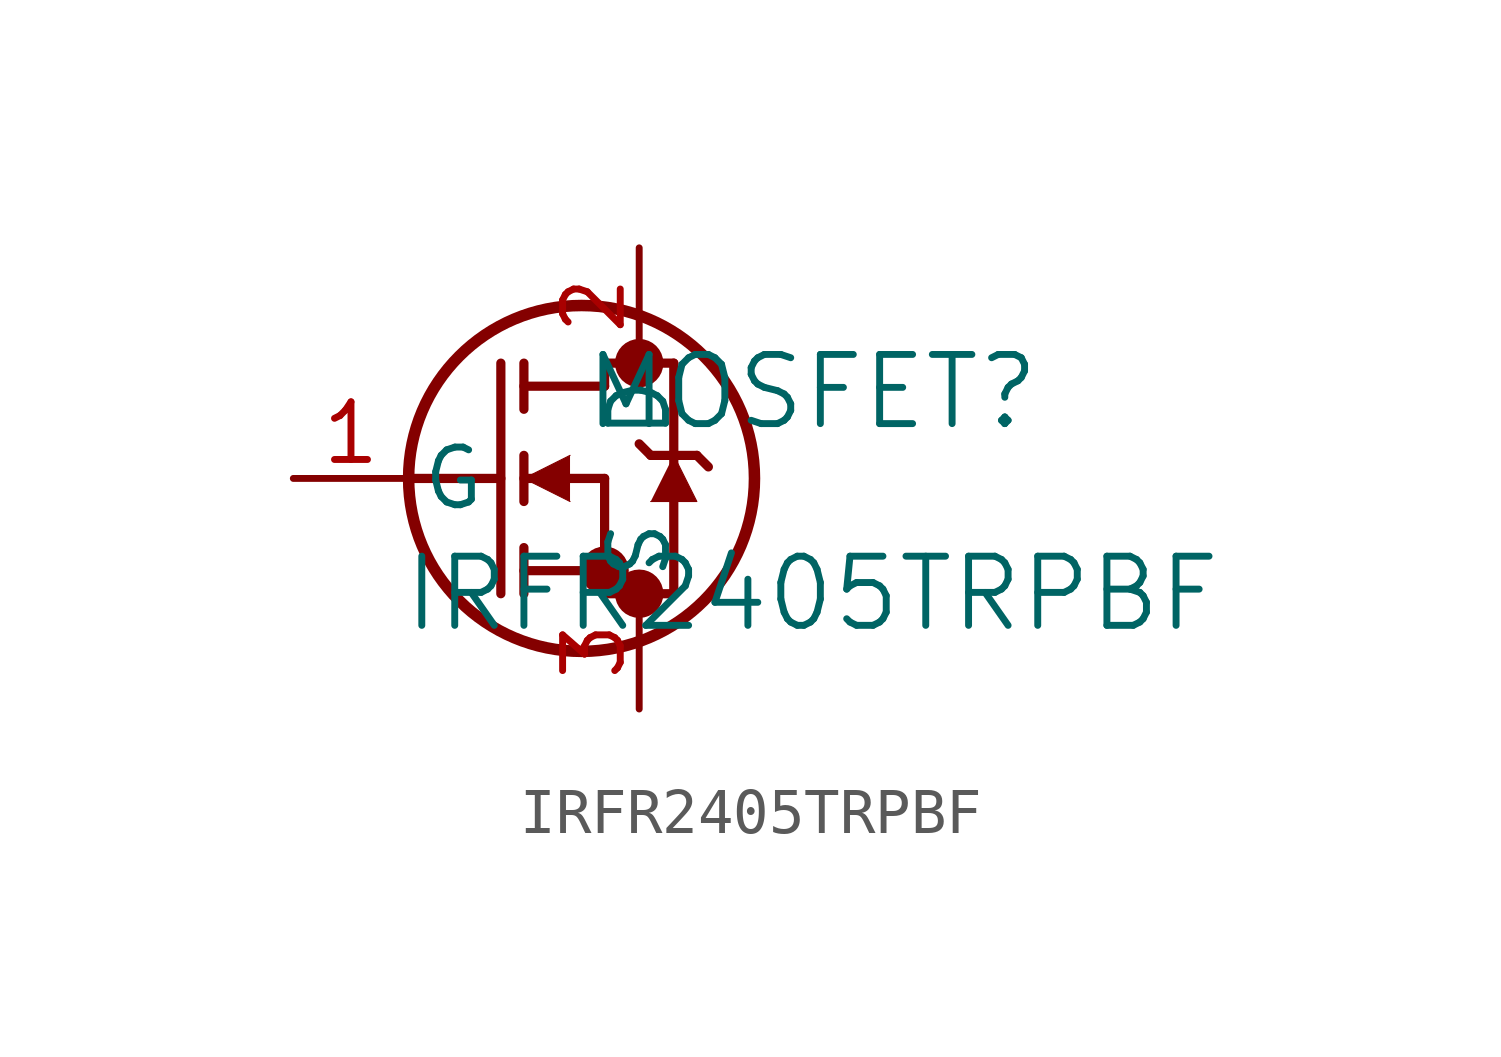
<source format=kicad_sym>
(kicad_symbol_lib
  (version 20211014)
  (generator kicad_symbol_editor)
  (symbol "IRFR2405TRPBF"
    (pin_names
      (offset 0.254))
    (property "Reference" "MOSFET"
      (at 11.43 1.905 0)
      (effects (font (size 1.524 1.524))))
    (property "Value" "IRFR2405TRPBF"
      (at 11.43 -2.54 0)
      (effects (font (size 1.524 1.524))))
    (symbol "IRFR2405TRPBF_0_1"
      (circle (center 7.62 2.54) (radius 0.025) (stroke (width 0.508) (type default) (color 0 0 0 0)) (fill (type none)))
      (circle (center 7.62 -2.54) (radius 0.025) (stroke (width 0.508) (type default) (color 0 0 0 0)) (fill (type none)))
      (circle (center 6.858 -2.032) (radius 0.025) (stroke (width 0.508) (type default) (color 0 0 0 0)) (fill (type none)))
      (circle (center 6.35 0) (radius 3.81) (stroke (width 0.254) (type default) (color 0 0 0 0)) (fill (type none)))
      (polyline (pts (xy 2.54 0) (xy 4.572 0)) (stroke (width 0.203) (type default) (color 0 0 0 0)) (fill (type none)))
      (polyline (pts (xy 4.572 -2.54) (xy 4.572 2.54)) (stroke (width 0.203) (type default) (color 0 0 0 0)) (fill (type none)))
      (polyline (pts (xy 5.08 -0.508) (xy 5.08 0.508)) (stroke (width 0.203) (type default) (color 0 0 0 0)) (fill (type none)))
      (polyline (pts (xy 5.08 -2.54) (xy 5.08 -1.524)) (stroke (width 0.203) (type default) (color 0 0 0 0)) (fill (type none)))
      (polyline (pts (xy 5.08 1.524) (xy 5.08 2.54)) (stroke (width 0.203) (type default) (color 0 0 0 0)) (fill (type none)))
      (polyline (pts (xy 5.08 0) (xy 6.858 0)) (stroke (width 0.203) (type default) (color 0 0 0 0)) (fill (type none)))
      (polyline (pts (xy 5.08 -2.032) (xy 6.858 -2.032)) (stroke (width 0.203) (type default) (color 0 0 0 0)) (fill (type none)))
      (polyline (pts (xy 6.858 -2.54) (xy 6.858 0)) (stroke (width 0.203) (type default) (color 0 0 0 0)) (fill (type none)))
      (polyline (pts (xy 6.858 -2.54) (xy 8.382 -2.54)) (stroke (width 0.203) (type default) (color 0 0 0 0)) (fill (type none)))
      (polyline (pts (xy 5.08 2.032) (xy 6.858 2.032)) (stroke (width 0.203) (type default) (color 0 0 0 0)) (fill (type none)))
      (polyline (pts (xy 8.382 -2.54) (xy 8.382 2.54)) (stroke (width 0.203) (type default) (color 0 0 0 0)) (fill (type none)))
      (polyline (pts (xy 6.096 -0.508) (xy 5.08 0) (xy 6.096 0.508)) (stroke (width 0.025) (type default) (color 0 0 0 0)) (fill (type outline)))
      (polyline (pts (xy 7.874 0.508) (xy 8.89 0.508)) (stroke (width 0.203) (type default) (color 0 0 0 0)) (fill (type none)))
      (polyline (pts (xy 9.144 0.254) (xy 8.89 0.508)) (stroke (width 0.203) (type default) (color 0 0 0 0)) (fill (type none)))
      (polyline (pts (xy 6.858 2.54) (xy 8.382 2.54)) (stroke (width 0.203) (type default) (color 0 0 0 0)) (fill (type none)))
      (polyline (pts (xy 6.858 2.032) (xy 6.858 2.54)) (stroke (width 0.203) (type default) (color 0 0 0 0)) (fill (type none)))
      (polyline (pts (xy 7.874 0.508) (xy 7.62 0.762)) (stroke (width 0.203) (type default) (color 0 0 0 0)) (fill (type none)))
      (polyline (pts (xy 7.874 -0.508) (xy 8.89 -0.508) (xy 8.382 0.508)) (stroke (width 0.025) (type default) (color 0 0 0 0)) (fill (type outline)))
      (pin unspecified line (at 0 0 0) (length 2.54) (name "G" (effects (font (size 1.27 1.27)))) (number "1" (effects (font (size 1.27 1.27)))))
      (pin unspecified line (at 7.62 5.08 270) (length 2.54) (name "D" (effects (font (size 1.27 1.27)))) (number "2" (effects (font (size 1.27 1.27)))))
      (pin unspecified line (at 7.62 -5.08 90) (length 2.54) (name "S" (effects (font (size 1.27 1.27)))) (number "3" (effects (font (size 1.27 1.27))))))))
</source>
